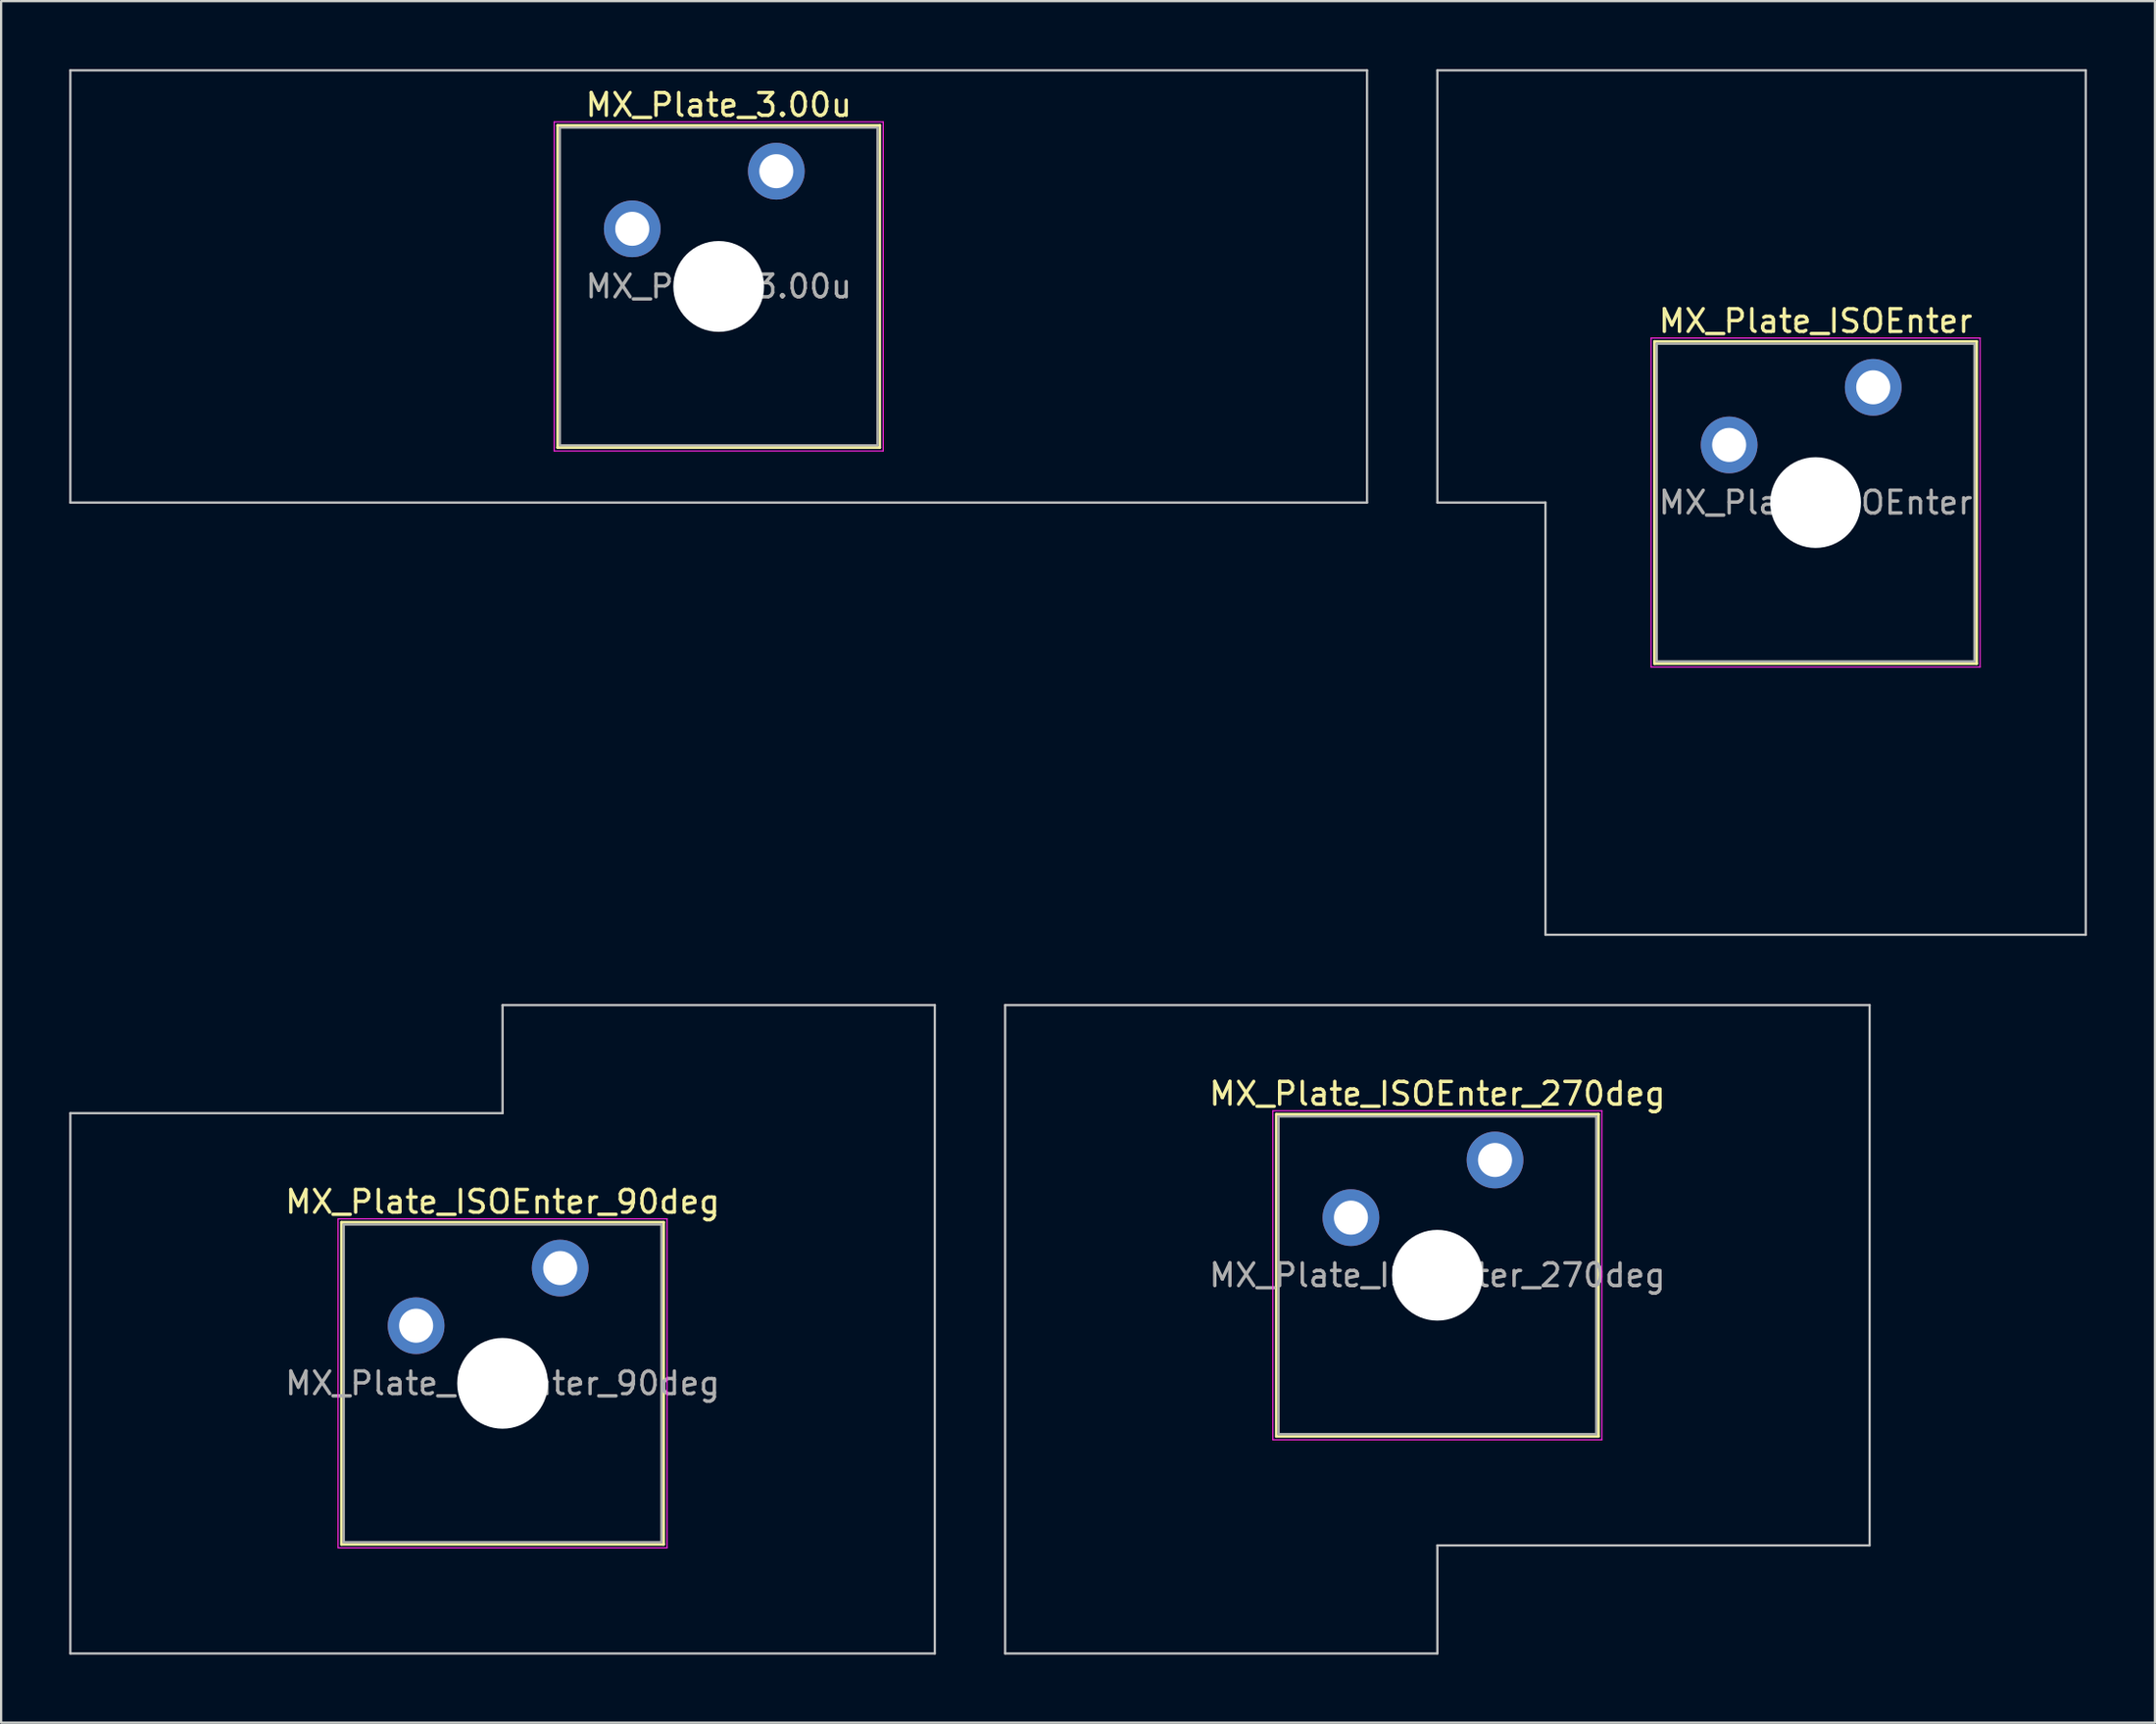
<source format=kicad_pcb>
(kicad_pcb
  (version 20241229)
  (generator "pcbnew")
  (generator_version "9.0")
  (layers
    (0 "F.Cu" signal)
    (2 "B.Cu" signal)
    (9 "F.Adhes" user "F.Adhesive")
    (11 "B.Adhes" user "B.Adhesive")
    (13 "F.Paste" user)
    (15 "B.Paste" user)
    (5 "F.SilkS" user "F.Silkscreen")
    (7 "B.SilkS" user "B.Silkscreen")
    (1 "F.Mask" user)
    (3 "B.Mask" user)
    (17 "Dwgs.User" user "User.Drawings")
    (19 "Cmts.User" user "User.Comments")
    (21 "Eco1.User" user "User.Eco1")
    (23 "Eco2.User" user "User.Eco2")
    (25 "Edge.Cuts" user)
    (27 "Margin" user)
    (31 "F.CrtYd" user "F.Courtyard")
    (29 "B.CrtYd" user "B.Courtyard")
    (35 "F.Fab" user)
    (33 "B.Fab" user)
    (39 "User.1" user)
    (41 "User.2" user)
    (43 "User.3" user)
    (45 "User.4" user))
  (footprint "MX_Plate_ISOEnter_270deg"
    (layer "F.Cu")
    (at 60.3 53.156)
    (property "Reference" "MX_Plate_ISOEnter_270deg" (at 0 -8 0) (layer "F.SilkS") (effects (font (size 1 1) (thickness 0.15))))
    (attr through_hole)
    (fp_line (start -7.1 -7.1) (end -7.1 7.1) (stroke (width 0.12) (type solid)) (layer "F.SilkS"))
    (fp_line (start -7.1 7.1) (end 7.1 7.1) (stroke (width 0.12) (type solid)) (layer "F.SilkS"))
    (fp_line (start 7.1 -7.1) (end -7.1 -7.1) (stroke (width 0.12) (type solid)) (layer "F.SilkS"))
    (fp_line (start 7.1 7.1) (end 7.1 -7.1) (stroke (width 0.12) (type solid)) (layer "F.SilkS"))
    (fp_line (start -19.05 -11.906) (end -19.05 16.669) (stroke (width 0.1) (type solid)) (layer "Dwgs.User"))
    (fp_line (start -19.05 16.669) (end 0 16.669) (stroke (width 0.1) (type solid)) (layer "Dwgs.User"))
    (fp_line (start 0 11.906) (end 19.05 11.906) (stroke (width 0.1) (type solid)) (layer "Dwgs.User"))
    (fp_line (start 0 16.669) (end 0 11.906) (stroke (width 0.1) (type solid)) (layer "Dwgs.User"))
    (fp_line (start 19.05 -11.906) (end -19.05 -11.906) (stroke (width 0.1) (type solid)) (layer "Dwgs.User"))
    (fp_line (start 19.05 11.906) (end 19.05 -11.906) (stroke (width 0.1) (type solid)) (layer "Dwgs.User"))
    (fp_line (start -7 -7) (end -7 7) (stroke (width 0.1) (type solid)) (layer "Eco1.User"))
    (fp_line (start -7 7) (end 7 7) (stroke (width 0.1) (type solid)) (layer "Eco1.User"))
    (fp_line (start 7 -7) (end -7 -7) (stroke (width 0.1) (type solid)) (layer "Eco1.User"))
    (fp_line (start 7 7) (end 7 -7) (stroke (width 0.1) (type solid)) (layer "Eco1.User"))
    (fp_line (start -7.25 -7.25) (end -7.25 7.25) (stroke (width 0.05) (type solid)) (layer "F.CrtYd"))
    (fp_line (start -7.25 7.25) (end 7.25 7.25) (stroke (width 0.05) (type solid)) (layer "F.CrtYd"))
    (fp_line (start 7.25 -7.25) (end -7.25 -7.25) (stroke (width 0.05) (type solid)) (layer "F.CrtYd"))
    (fp_line (start 7.25 7.25) (end 7.25 -7.25) (stroke (width 0.05) (type solid)) (layer "F.CrtYd"))
    (fp_line (start -7 -7) (end -7 7) (stroke (width 0.1) (type solid)) (layer "F.Fab"))
    (fp_line (start -7 7) (end 7 7) (stroke (width 0.1) (type solid)) (layer "F.Fab"))
    (fp_line (start 7 -7) (end -7 -7) (stroke (width 0.1) (type solid)) (layer "F.Fab"))
    (fp_line (start 7 7) (end 7 -7) (stroke (width 0.1) (type solid)) (layer "F.Fab"))
    (fp_text user "${REFERENCE}" (at 0 0 0) (layer "F.Fab") (effects (font (size 1 1) (thickness 0.15))))
    (pad "" np_thru_hole circle (at 0 0) (size 4 4) (drill 4) (layers "*.Cu" "*.Mask"))
    (pad "1" thru_hole circle (at -3.81 -2.54) (size 2.5 2.5) (drill 1.5) (layers "*.Cu" "*.Mask"))
    (pad "2" thru_hole circle (at 2.54 -5.08) (size 2.5 2.5) (drill 1.5) (layers "*.Cu" "*.Mask")))
  (footprint "MX_Plate_3.00u"
    (layer "F.Cu")
    (at 28.625 9.575)
    (property "Reference" "MX_Plate_3.00u" (at 0 -8 0) (layer "F.SilkS") (effects (font (size 1 1) (thickness 0.15))))
    (attr through_hole)
    (fp_line (start -7.1 -7.1) (end -7.1 7.1) (stroke (width 0.12) (type solid)) (layer "F.SilkS"))
    (fp_line (start -7.1 7.1) (end 7.1 7.1) (stroke (width 0.12) (type solid)) (layer "F.SilkS"))
    (fp_line (start 7.1 -7.1) (end -7.1 -7.1) (stroke (width 0.12) (type solid)) (layer "F.SilkS"))
    (fp_line (start 7.1 7.1) (end 7.1 -7.1) (stroke (width 0.12) (type solid)) (layer "F.SilkS"))
    (fp_line (start -28.575 -9.525) (end -28.575 9.525) (stroke (width 0.1) (type solid)) (layer "Dwgs.User"))
    (fp_line (start -28.575 9.525) (end 28.575 9.525) (stroke (width 0.1) (type solid)) (layer "Dwgs.User"))
    (fp_line (start 28.575 -9.525) (end -28.575 -9.525) (stroke (width 0.1) (type solid)) (layer "Dwgs.User"))
    (fp_line (start 28.575 9.525) (end 28.575 -9.525) (stroke (width 0.1) (type solid)) (layer "Dwgs.User"))
    (fp_line (start -7 -7) (end -7 7) (stroke (width 0.1) (type solid)) (layer "Eco1.User"))
    (fp_line (start -7 7) (end 7 7) (stroke (width 0.1) (type solid)) (layer "Eco1.User"))
    (fp_line (start 7 -7) (end -7 -7) (stroke (width 0.1) (type solid)) (layer "Eco1.User"))
    (fp_line (start 7 7) (end 7 -7) (stroke (width 0.1) (type solid)) (layer "Eco1.User"))
    (fp_line (start -7.25 -7.25) (end -7.25 7.25) (stroke (width 0.05) (type solid)) (layer "F.CrtYd"))
    (fp_line (start -7.25 7.25) (end 7.25 7.25) (stroke (width 0.05) (type solid)) (layer "F.CrtYd"))
    (fp_line (start 7.25 -7.25) (end -7.25 -7.25) (stroke (width 0.05) (type solid)) (layer "F.CrtYd"))
    (fp_line (start 7.25 7.25) (end 7.25 -7.25) (stroke (width 0.05) (type solid)) (layer "F.CrtYd"))
    (fp_line (start -7 -7) (end -7 7) (stroke (width 0.1) (type solid)) (layer "F.Fab"))
    (fp_line (start -7 7) (end 7 7) (stroke (width 0.1) (type solid)) (layer "F.Fab"))
    (fp_line (start 7 -7) (end -7 -7) (stroke (width 0.1) (type solid)) (layer "F.Fab"))
    (fp_line (start 7 7) (end 7 -7) (stroke (width 0.1) (type solid)) (layer "F.Fab"))
    (fp_text user "${REFERENCE}" (at 0 0 0) (layer "F.Fab") (effects (font (size 1 1) (thickness 0.15))))
    (pad "" np_thru_hole circle (at 0 0) (size 4 4) (drill 4) (layers "*.Cu" "*.Mask"))
    (pad "1" thru_hole circle (at -3.81 -2.54) (size 2.5 2.5) (drill 1.5) (layers "*.Cu" "*.Mask"))
    (pad "2" thru_hole circle (at 2.54 -5.08) (size 2.5 2.5) (drill 1.5) (layers "*.Cu" "*.Mask")))
  (footprint "MX_Plate_ISOEnter"
    (layer "F.Cu")
    (at 76.969 19.1)
    (property "Reference" "MX_Plate_ISOEnter" (at 0 -8 0) (layer "F.SilkS") (effects (font (size 1 1) (thickness 0.15))))
    (attr through_hole)
    (fp_line (start -7.1 -7.1) (end -7.1 7.1) (stroke (width 0.12) (type solid)) (layer "F.SilkS"))
    (fp_line (start -7.1 7.1) (end 7.1 7.1) (stroke (width 0.12) (type solid)) (layer "F.SilkS"))
    (fp_line (start 7.1 -7.1) (end -7.1 -7.1) (stroke (width 0.12) (type solid)) (layer "F.SilkS"))
    (fp_line (start 7.1 7.1) (end 7.1 -7.1) (stroke (width 0.12) (type solid)) (layer "F.SilkS"))
    (fp_line (start -16.669 -19.05) (end -16.669 0) (stroke (width 0.1) (type solid)) (layer "Dwgs.User"))
    (fp_line (start -16.669 0) (end -11.906 0) (stroke (width 0.1) (type solid)) (layer "Dwgs.User"))
    (fp_line (start -11.906 0) (end -11.906 19.05) (stroke (width 0.1) (type solid)) (layer "Dwgs.User"))
    (fp_line (start -11.906 19.05) (end 11.906 19.05) (stroke (width 0.1) (type solid)) (layer "Dwgs.User"))
    (fp_line (start 11.906 -19.05) (end -16.669 -19.05) (stroke (width 0.1) (type solid)) (layer "Dwgs.User"))
    (fp_line (start 11.906 19.05) (end 11.906 -19.05) (stroke (width 0.1) (type solid)) (layer "Dwgs.User"))
    (fp_line (start -7 -7) (end -7 7) (stroke (width 0.1) (type solid)) (layer "Eco1.User"))
    (fp_line (start -7 7) (end 7 7) (stroke (width 0.1) (type solid)) (layer "Eco1.User"))
    (fp_line (start 7 -7) (end -7 -7) (stroke (width 0.1) (type solid)) (layer "Eco1.User"))
    (fp_line (start 7 7) (end 7 -7) (stroke (width 0.1) (type solid)) (layer "Eco1.User"))
    (fp_line (start -7.25 -7.25) (end -7.25 7.25) (stroke (width 0.05) (type solid)) (layer "F.CrtYd"))
    (fp_line (start -7.25 7.25) (end 7.25 7.25) (stroke (width 0.05) (type solid)) (layer "F.CrtYd"))
    (fp_line (start 7.25 -7.25) (end -7.25 -7.25) (stroke (width 0.05) (type solid)) (layer "F.CrtYd"))
    (fp_line (start 7.25 7.25) (end 7.25 -7.25) (stroke (width 0.05) (type solid)) (layer "F.CrtYd"))
    (fp_line (start -7 -7) (end -7 7) (stroke (width 0.1) (type solid)) (layer "F.Fab"))
    (fp_line (start -7 7) (end 7 7) (stroke (width 0.1) (type solid)) (layer "F.Fab"))
    (fp_line (start 7 -7) (end -7 -7) (stroke (width 0.1) (type solid)) (layer "F.Fab"))
    (fp_line (start 7 7) (end 7 -7) (stroke (width 0.1) (type solid)) (layer "F.Fab"))
    (fp_text user "${REFERENCE}" (at 0 0 0) (layer "F.Fab") (effects (font (size 1 1) (thickness 0.15))))
    (pad "" np_thru_hole circle (at 0 0) (size 4 4) (drill 4) (layers "*.Cu" "*.Mask"))
    (pad "1" thru_hole circle (at -3.81 -2.54) (size 2.5 2.5) (drill 1.5) (layers "*.Cu" "*.Mask"))
    (pad "2" thru_hole circle (at 2.54 -5.08) (size 2.5 2.5) (drill 1.5) (layers "*.Cu" "*.Mask")))
  (footprint "MX_Plate_ISOEnter_90deg"
    (layer "F.Cu")
    (at 19.1 57.919)
    (property "Reference" "MX_Plate_ISOEnter_90deg" (at 0 -8 0) (layer "F.SilkS") (effects (font (size 1 1) (thickness 0.15))))
    (attr through_hole)
    (fp_line (start -7.1 -7.1) (end -7.1 7.1) (stroke (width 0.12) (type solid)) (layer "F.SilkS"))
    (fp_line (start -7.1 7.1) (end 7.1 7.1) (stroke (width 0.12) (type solid)) (layer "F.SilkS"))
    (fp_line (start 7.1 -7.1) (end -7.1 -7.1) (stroke (width 0.12) (type solid)) (layer "F.SilkS"))
    (fp_line (start 7.1 7.1) (end 7.1 -7.1) (stroke (width 0.12) (type solid)) (layer "F.SilkS"))
    (fp_line (start -19.05 -11.906) (end -19.05 11.906) (stroke (width 0.1) (type solid)) (layer "Dwgs.User"))
    (fp_line (start -19.05 11.906) (end 19.05 11.906) (stroke (width 0.1) (type solid)) (layer "Dwgs.User"))
    (fp_line (start 0 -16.669) (end 0 -11.906) (stroke (width 0.1) (type solid)) (layer "Dwgs.User"))
    (fp_line (start 0 -11.906) (end -19.05 -11.906) (stroke (width 0.1) (type solid)) (layer "Dwgs.User"))
    (fp_line (start 19.05 -16.669) (end 0 -16.669) (stroke (width 0.1) (type solid)) (layer "Dwgs.User"))
    (fp_line (start 19.05 11.906) (end 19.05 -16.669) (stroke (width 0.1) (type solid)) (layer "Dwgs.User"))
    (fp_line (start -7 -7) (end -7 7) (stroke (width 0.1) (type solid)) (layer "Eco1.User"))
    (fp_line (start -7 7) (end 7 7) (stroke (width 0.1) (type solid)) (layer "Eco1.User"))
    (fp_line (start 7 -7) (end -7 -7) (stroke (width 0.1) (type solid)) (layer "Eco1.User"))
    (fp_line (start 7 7) (end 7 -7) (stroke (width 0.1) (type solid)) (layer "Eco1.User"))
    (fp_line (start -7.25 -7.25) (end -7.25 7.25) (stroke (width 0.05) (type solid)) (layer "F.CrtYd"))
    (fp_line (start -7.25 7.25) (end 7.25 7.25) (stroke (width 0.05) (type solid)) (layer "F.CrtYd"))
    (fp_line (start 7.25 -7.25) (end -7.25 -7.25) (stroke (width 0.05) (type solid)) (layer "F.CrtYd"))
    (fp_line (start 7.25 7.25) (end 7.25 -7.25) (stroke (width 0.05) (type solid)) (layer "F.CrtYd"))
    (fp_line (start -7 -7) (end -7 7) (stroke (width 0.1) (type solid)) (layer "F.Fab"))
    (fp_line (start -7 7) (end 7 7) (stroke (width 0.1) (type solid)) (layer "F.Fab"))
    (fp_line (start 7 -7) (end -7 -7) (stroke (width 0.1) (type solid)) (layer "F.Fab"))
    (fp_line (start 7 7) (end 7 -7) (stroke (width 0.1) (type solid)) (layer "F.Fab"))
    (fp_text user "${REFERENCE}" (at 0 0 0) (layer "F.Fab") (effects (font (size 1 1) (thickness 0.15))))
    (pad "" np_thru_hole circle (at 0 0) (size 4 4) (drill 4) (layers "*.Cu" "*.Mask"))
    (pad "1" thru_hole circle (at -3.81 -2.54) (size 2.5 2.5) (drill 1.5) (layers "*.Cu" "*.Mask"))
    (pad "2" thru_hole circle (at 2.54 -5.08) (size 2.5 2.5) (drill 1.5) (layers "*.Cu" "*.Mask")))
  (gr_rect
    (start -3 -3)
    (end 91.925 72.875)
    (stroke (width 0.1) (type default))
    (fill no)
    (layer "Edge.Cuts")))
</source>
